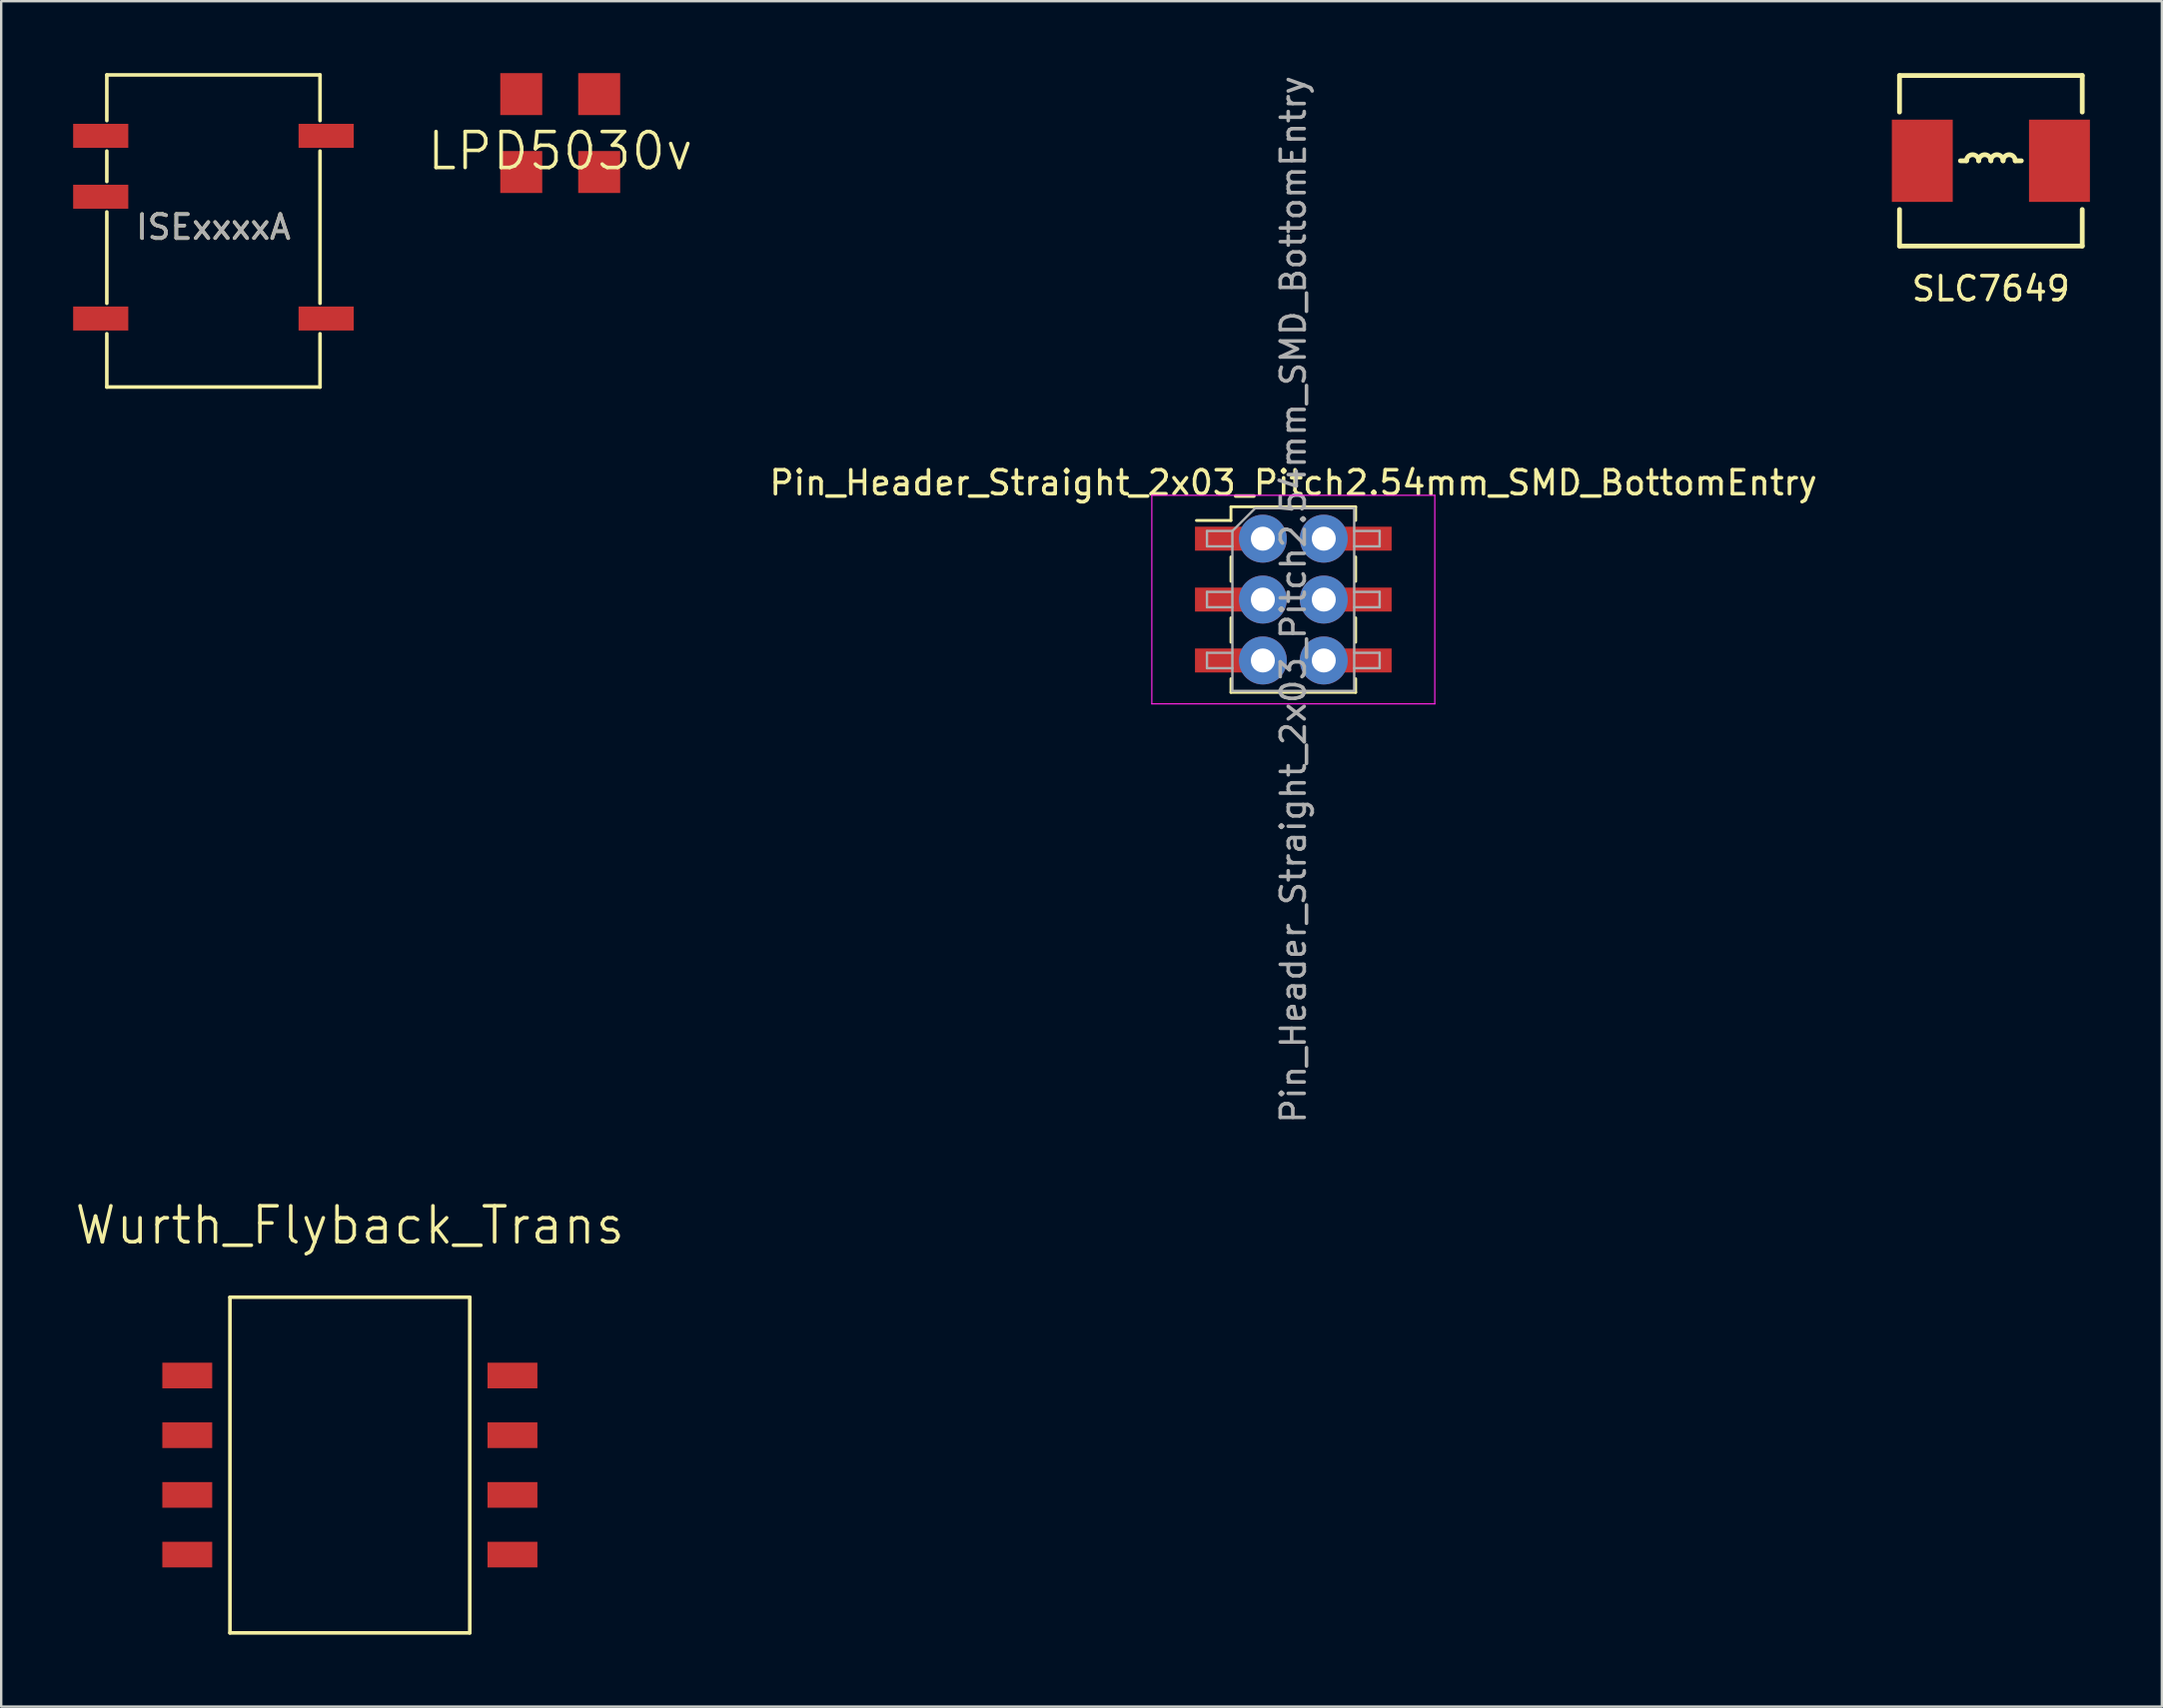
<source format=kicad_pcb>
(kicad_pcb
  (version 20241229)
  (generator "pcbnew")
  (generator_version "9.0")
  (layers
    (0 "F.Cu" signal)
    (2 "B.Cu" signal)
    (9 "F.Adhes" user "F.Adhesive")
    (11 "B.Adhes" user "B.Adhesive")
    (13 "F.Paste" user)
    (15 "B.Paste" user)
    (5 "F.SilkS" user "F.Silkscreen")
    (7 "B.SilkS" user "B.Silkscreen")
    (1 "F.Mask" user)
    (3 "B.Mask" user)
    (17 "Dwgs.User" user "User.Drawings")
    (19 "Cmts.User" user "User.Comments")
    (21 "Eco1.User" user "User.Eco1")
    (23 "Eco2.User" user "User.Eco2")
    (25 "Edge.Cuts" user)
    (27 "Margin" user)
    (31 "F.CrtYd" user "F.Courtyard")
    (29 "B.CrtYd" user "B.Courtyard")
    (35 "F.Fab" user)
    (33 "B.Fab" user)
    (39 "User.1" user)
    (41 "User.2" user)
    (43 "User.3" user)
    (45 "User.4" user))
  (footprint "Wurth_Flyback_Trans"
    (layer "F.Cu")
    (at 11.539 58.057)
    (property "Reference" "Wurth_Flyback_Trans" (at 0 -10 0) (layer "F.SilkS") (effects (font (size 1.5 1.5) (thickness 0.15))))
    (attr through_hole)
    (fp_line (start -5 -7) (end 5 -7) (stroke (width 0.15) (type solid)) (layer "F.SilkS"))
    (fp_line (start -5 7) (end -5 -7) (stroke (width 0.15) (type solid)) (layer "F.SilkS"))
    (fp_line (start 5 -7) (end 5 7) (stroke (width 0.15) (type solid)) (layer "F.SilkS"))
    (fp_line (start 5 7) (end -5 7) (stroke (width 0.15) (type solid)) (layer "F.SilkS"))
    (pad "" smd rect (at -6.78 -1.245) (size 2.08 1.07) (layers "F.Cu" "F.Mask" "F.Paste"))
    (pad "" smd rect (at -6.78 1.245) (size 2.08 1.07) (layers "F.Cu" "F.Mask" "F.Paste"))
    (pad "1" smd rect (at -6.78 -3.735) (size 2.08 1.07) (layers "F.Cu" "F.Mask" "F.Paste"))
    (pad "2" smd rect (at -6.78 3.735) (size 2.08 1.07) (layers "F.Cu" "F.Mask" "F.Paste"))
    (pad "3" smd rect (at 6.78 -3.735) (size 2.08 1.07) (layers "F.Cu" "F.Mask" "F.Paste"))
    (pad "3" smd rect (at 6.78 -1.245) (size 2.08 1.07) (layers "F.Cu" "F.Mask" "F.Paste"))
    (pad "4" smd rect (at 6.78 1.245) (size 2.08 1.07) (layers "F.Cu" "F.Mask" "F.Paste"))
    (pad "4" smd rect (at 6.78 3.735) (size 2.08 1.07) (layers "F.Cu" "F.Mask" "F.Paste")))
  (footprint "SLC7649"
    (layer "F.Cu")
    (at 79.968 3.656)
    (property "Reference" "SLC7649" (at 0 5.334 0) (layer "F.SilkS") (effects (font (size 1 1) (thickness 0.15))))
    (attr through_hole)
    (fp_line (start -3.81 -3.556) (end 3.81 -3.556) (stroke (width 0.2) (type solid)) (layer "F.SilkS"))
    (fp_line (start -3.81 -2.032) (end -3.81 -3.556) (stroke (width 0.2) (type solid)) (layer "F.SilkS"))
    (fp_line (start -3.81 2.032) (end -3.81 3.556) (stroke (width 0.2) (type solid)) (layer "F.SilkS"))
    (fp_line (start -3.81 3.556) (end 3.81 3.556) (stroke (width 0.2) (type solid)) (layer "F.SilkS"))
    (fp_line (start -1.27 0) (end -1.016 0) (stroke (width 0.2) (type solid)) (layer "F.SilkS"))
    (fp_line (start 1.016 0) (end 1.27 0) (stroke (width 0.2) (type solid)) (layer "F.SilkS"))
    (fp_line (start 3.81 -3.556) (end 3.81 -2.032) (stroke (width 0.2) (type solid)) (layer "F.SilkS"))
    (fp_line (start 3.81 3.556) (end 3.81 2.032) (stroke (width 0.2) (type solid)) (layer "F.SilkS"))
    (fp_arc (start -1.016 0) (mid -0.762 -0.254) (end -0.508 0) (stroke (width 0.2) (type solid)) (layer "F.SilkS"))
    (fp_arc (start -0.508 0) (mid -0.254 -0.254) (end 0 0) (stroke (width 0.2) (type solid)) (layer "F.SilkS"))
    (fp_arc (start 0 0) (mid 0.254 -0.254) (end 0.508 0) (stroke (width 0.2) (type solid)) (layer "F.SilkS"))
    (fp_arc (start 0.508 0) (mid 0.762 -0.254) (end 1.016 0) (stroke (width 0.2) (type solid)) (layer "F.SilkS"))
    (pad "1" smd rect (at -2.86 0) (size 2.54 3.43) (layers "F.Cu" "F.Mask" "F.Paste"))
    (pad "2" smd rect (at 2.86 0) (size 2.54 3.43) (layers "F.Cu" "F.Mask" "F.Paste")))
  (footprint "LPD5030v"
    (layer "F.Cu")
    (at 20.311 2.5)
    (property "Reference" "LPD5030v" (at 0 0.75 0) (layer "F.SilkS") (effects (font (size 1.5 1.5) (thickness 0.15))))
    (attr through_hole)
    (pad "1" smd rect (at -1.625 -1.625) (size 1.75 1.75) (layers "F.Cu" "F.Mask" "F.Paste"))
    (pad "2" smd rect (at -1.625 1.625) (size 1.75 1.75) (layers "F.Cu" "F.Mask" "F.Paste"))
    (pad "3" smd rect (at 1.625 1.625) (size 1.75 1.75) (layers "F.Cu" "F.Mask" "F.Paste"))
    (pad "4" smd rect (at 1.625 -1.625) (size 1.75 1.75) (layers "F.Cu" "F.Mask" "F.Paste")))
  (footprint "ISExxxxA"
    (layer "F.Cu")
    (at 5.85 6.425)
    (property "Reference" "ISExxxxA" (at 0 0 0) (layer "F.SilkS") (effects (font (size 1 1) (thickness 0.15))))
    (attr smd)
    (fp_line (start -4.445 -6.35) (end -4.445 -4.445) (stroke (width 0.15) (type solid)) (layer "F.SilkS"))
    (fp_line (start -4.445 -3.175) (end -4.445 -1.905) (stroke (width 0.15) (type solid)) (layer "F.SilkS"))
    (fp_line (start -4.445 -0.635) (end -4.445 3.175) (stroke (width 0.15) (type solid)) (layer "F.SilkS"))
    (fp_line (start -4.445 4.445) (end -4.445 6.668) (stroke (width 0.15) (type solid)) (layer "F.SilkS"))
    (fp_line (start -4.445 6.668) (end 4.445 6.668) (stroke (width 0.15) (type solid)) (layer "F.SilkS"))
    (fp_line (start 4.445 -6.35) (end -4.445 -6.35) (stroke (width 0.15) (type solid)) (layer "F.SilkS"))
    (fp_line (start 4.445 -6.35) (end 4.445 -4.445) (stroke (width 0.15) (type solid)) (layer "F.SilkS"))
    (fp_line (start 4.445 -3.175) (end 4.445 3.175) (stroke (width 0.15) (type solid)) (layer "F.SilkS"))
    (fp_line (start 4.445 4.445) (end 4.445 6.668) (stroke (width 0.15) (type solid)) (layer "F.SilkS"))
    (fp_text user "${REFERENCE}" (at 0 0 0) (layer "F.Fab") (effects (font (size 1 1) (thickness 0.15))))
    (pad "1" smd rect (at -4.7 -3.81 270) (size 1 2.3) (layers "F.Cu" "F.Mask" "F.Paste"))
    (pad "2" smd rect (at -4.7 -1.27 270) (size 1 2.3) (layers "F.Cu" "F.Mask" "F.Paste"))
    (pad "4" smd rect (at -4.7 3.81 270) (size 1 2.3) (layers "F.Cu" "F.Mask" "F.Paste"))
    (pad "5" smd rect (at 4.7 3.81 270) (size 1 2.3) (layers "F.Cu" "F.Mask" "F.Paste"))
    (pad "8" smd rect (at 4.7 -3.81 270) (size 1 2.3) (layers "F.Cu" "F.Mask" "F.Paste")))
  (footprint "Pin_Header_Straight_2x03_Pitch2.54mm_SMD_BottomEntry"
    (layer "F.Cu")
    (at 50.88 21.958)
    (property "Reference" "Pin_Header_Straight_2x03_Pitch2.54mm_SMD_BottomEntry" (at 0 -4.87 0) (layer "F.SilkS") (effects (font (size 1 1) (thickness 0.15))))
    (attr smd)
    (fp_line (start -4.04 -3.3) (end -2.6 -3.3) (stroke (width 0.12) (type solid)) (layer "F.SilkS"))
    (fp_line (start -2.6 -3.87) (end -2.6 -3.3) (stroke (width 0.12) (type solid)) (layer "F.SilkS"))
    (fp_line (start -2.6 -3.87) (end 2.6 -3.87) (stroke (width 0.12) (type solid)) (layer "F.SilkS"))
    (fp_line (start -2.6 -1.78) (end -2.6 -0.76) (stroke (width 0.12) (type solid)) (layer "F.SilkS"))
    (fp_line (start -2.6 0.76) (end -2.6 1.78) (stroke (width 0.12) (type solid)) (layer "F.SilkS"))
    (fp_line (start -2.6 3.3) (end -2.6 3.87) (stroke (width 0.12) (type solid)) (layer "F.SilkS"))
    (fp_line (start -2.6 3.87) (end 2.6 3.87) (stroke (width 0.12) (type solid)) (layer "F.SilkS"))
    (fp_line (start 2.6 -3.87) (end 2.6 -3.3) (stroke (width 0.12) (type solid)) (layer "F.SilkS"))
    (fp_line (start 2.6 -1.78) (end 2.6 -0.76) (stroke (width 0.12) (type solid)) (layer "F.SilkS"))
    (fp_line (start 2.6 0.76) (end 2.6 1.78) (stroke (width 0.12) (type solid)) (layer "F.SilkS"))
    (fp_line (start 2.6 3.3) (end 2.6 3.87) (stroke (width 0.12) (type solid)) (layer "F.SilkS"))
    (fp_line (start -5.9 -4.35) (end -5.9 4.35) (stroke (width 0.05) (type solid)) (layer "F.CrtYd"))
    (fp_line (start -5.9 4.35) (end 5.9 4.35) (stroke (width 0.05) (type solid)) (layer "F.CrtYd"))
    (fp_line (start 5.9 -4.35) (end -5.9 -4.35) (stroke (width 0.05) (type solid)) (layer "F.CrtYd"))
    (fp_line (start 5.9 4.35) (end 5.9 -4.35) (stroke (width 0.05) (type solid)) (layer "F.CrtYd"))
    (fp_line (start -3.6 -2.86) (end -3.6 -2.22) (stroke (width 0.1) (type solid)) (layer "F.Fab"))
    (fp_line (start -3.6 -2.22) (end -2.54 -2.22) (stroke (width 0.1) (type solid)) (layer "F.Fab"))
    (fp_line (start -3.6 -0.32) (end -3.6 0.32) (stroke (width 0.1) (type solid)) (layer "F.Fab"))
    (fp_line (start -3.6 0.32) (end -2.54 0.32) (stroke (width 0.1) (type solid)) (layer "F.Fab"))
    (fp_line (start -3.6 2.22) (end -3.6 2.86) (stroke (width 0.1) (type solid)) (layer "F.Fab"))
    (fp_line (start -3.6 2.86) (end -2.54 2.86) (stroke (width 0.1) (type solid)) (layer "F.Fab"))
    (fp_line (start -2.54 -2.86) (end -3.6 -2.86) (stroke (width 0.1) (type solid)) (layer "F.Fab"))
    (fp_line (start -2.54 -2.86) (end -1.59 -3.81) (stroke (width 0.1) (type solid)) (layer "F.Fab"))
    (fp_line (start -2.54 -0.32) (end -3.6 -0.32) (stroke (width 0.1) (type solid)) (layer "F.Fab"))
    (fp_line (start -2.54 2.22) (end -3.6 2.22) (stroke (width 0.1) (type solid)) (layer "F.Fab"))
    (fp_line (start -2.54 3.81) (end -2.54 -2.86) (stroke (width 0.1) (type solid)) (layer "F.Fab"))
    (fp_line (start -1.59 -3.81) (end 2.54 -3.81) (stroke (width 0.1) (type solid)) (layer "F.Fab"))
    (fp_line (start 2.54 -3.81) (end 2.54 3.81) (stroke (width 0.1) (type solid)) (layer "F.Fab"))
    (fp_line (start 2.54 -2.86) (end 3.6 -2.86) (stroke (width 0.1) (type solid)) (layer "F.Fab"))
    (fp_line (start 2.54 -0.32) (end 3.6 -0.32) (stroke (width 0.1) (type solid)) (layer "F.Fab"))
    (fp_line (start 2.54 2.22) (end 3.6 2.22) (stroke (width 0.1) (type solid)) (layer "F.Fab"))
    (fp_line (start 2.54 3.81) (end -2.54 3.81) (stroke (width 0.1) (type solid)) (layer "F.Fab"))
    (fp_line (start 3.6 -2.86) (end 3.6 -2.22) (stroke (width 0.1) (type solid)) (layer "F.Fab"))
    (fp_line (start 3.6 -2.22) (end 2.54 -2.22) (stroke (width 0.1) (type solid)) (layer "F.Fab"))
    (fp_line (start 3.6 -0.32) (end 3.6 0.32) (stroke (width 0.1) (type solid)) (layer "F.Fab"))
    (fp_line (start 3.6 0.32) (end 2.54 0.32) (stroke (width 0.1) (type solid)) (layer "F.Fab"))
    (fp_line (start 3.6 2.22) (end 3.6 2.86) (stroke (width 0.1) (type solid)) (layer "F.Fab"))
    (fp_line (start 3.6 2.86) (end 2.54 2.86) (stroke (width 0.1) (type solid)) (layer "F.Fab"))
    (fp_text user "${REFERENCE}" (at 0 0 90) (layer "F.Fab") (effects (font (size 1 1) (thickness 0.15))))
    (pad "1" smd rect (at -2.525 -2.54) (size 3.15 1) (layers "F.Cu" "F.Mask" "F.Paste"))
    (pad "1" thru_hole circle (at -1.27 -2.54) (size 2 2) (drill 1) (layers "*.Cu" "*.Mask"))
    (pad "2" thru_hole circle (at 1.27 -2.54) (size 2 2) (drill 1) (layers "*.Cu" "*.Mask"))
    (pad "2" smd rect (at 2.525 -2.54) (size 3.15 1) (layers "F.Cu" "F.Mask" "F.Paste"))
    (pad "3" smd rect (at -2.525 0) (size 3.15 1) (layers "F.Cu" "F.Mask" "F.Paste"))
    (pad "3" thru_hole circle (at -1.27 0) (size 2 2) (drill 1) (layers "*.Cu" "*.Mask"))
    (pad "4" thru_hole circle (at 1.27 0) (size 2 2) (drill 1) (layers "*.Cu" "*.Mask"))
    (pad "4" smd rect (at 2.525 0) (size 3.15 1) (layers "F.Cu" "F.Mask" "F.Paste"))
    (pad "5" smd rect (at -2.525 2.54) (size 3.15 1) (layers "F.Cu" "F.Mask" "F.Paste"))
    (pad "5" thru_hole circle (at -1.27 2.54) (size 2 2) (drill 1) (layers "*.Cu" "*.Mask"))
    (pad "6" thru_hole circle (at 1.27 2.54) (size 2 2) (drill 1) (layers "*.Cu" "*.Mask"))
    (pad "6" smd rect (at 2.525 2.54) (size 3.15 1) (layers "F.Cu" "F.Mask" "F.Paste")))
  (gr_rect
    (start -3 -3)
    (end 87.098 68.132)
    (stroke (width 0.1) (type default))
    (fill no)
    (layer "Edge.Cuts")))
</source>
